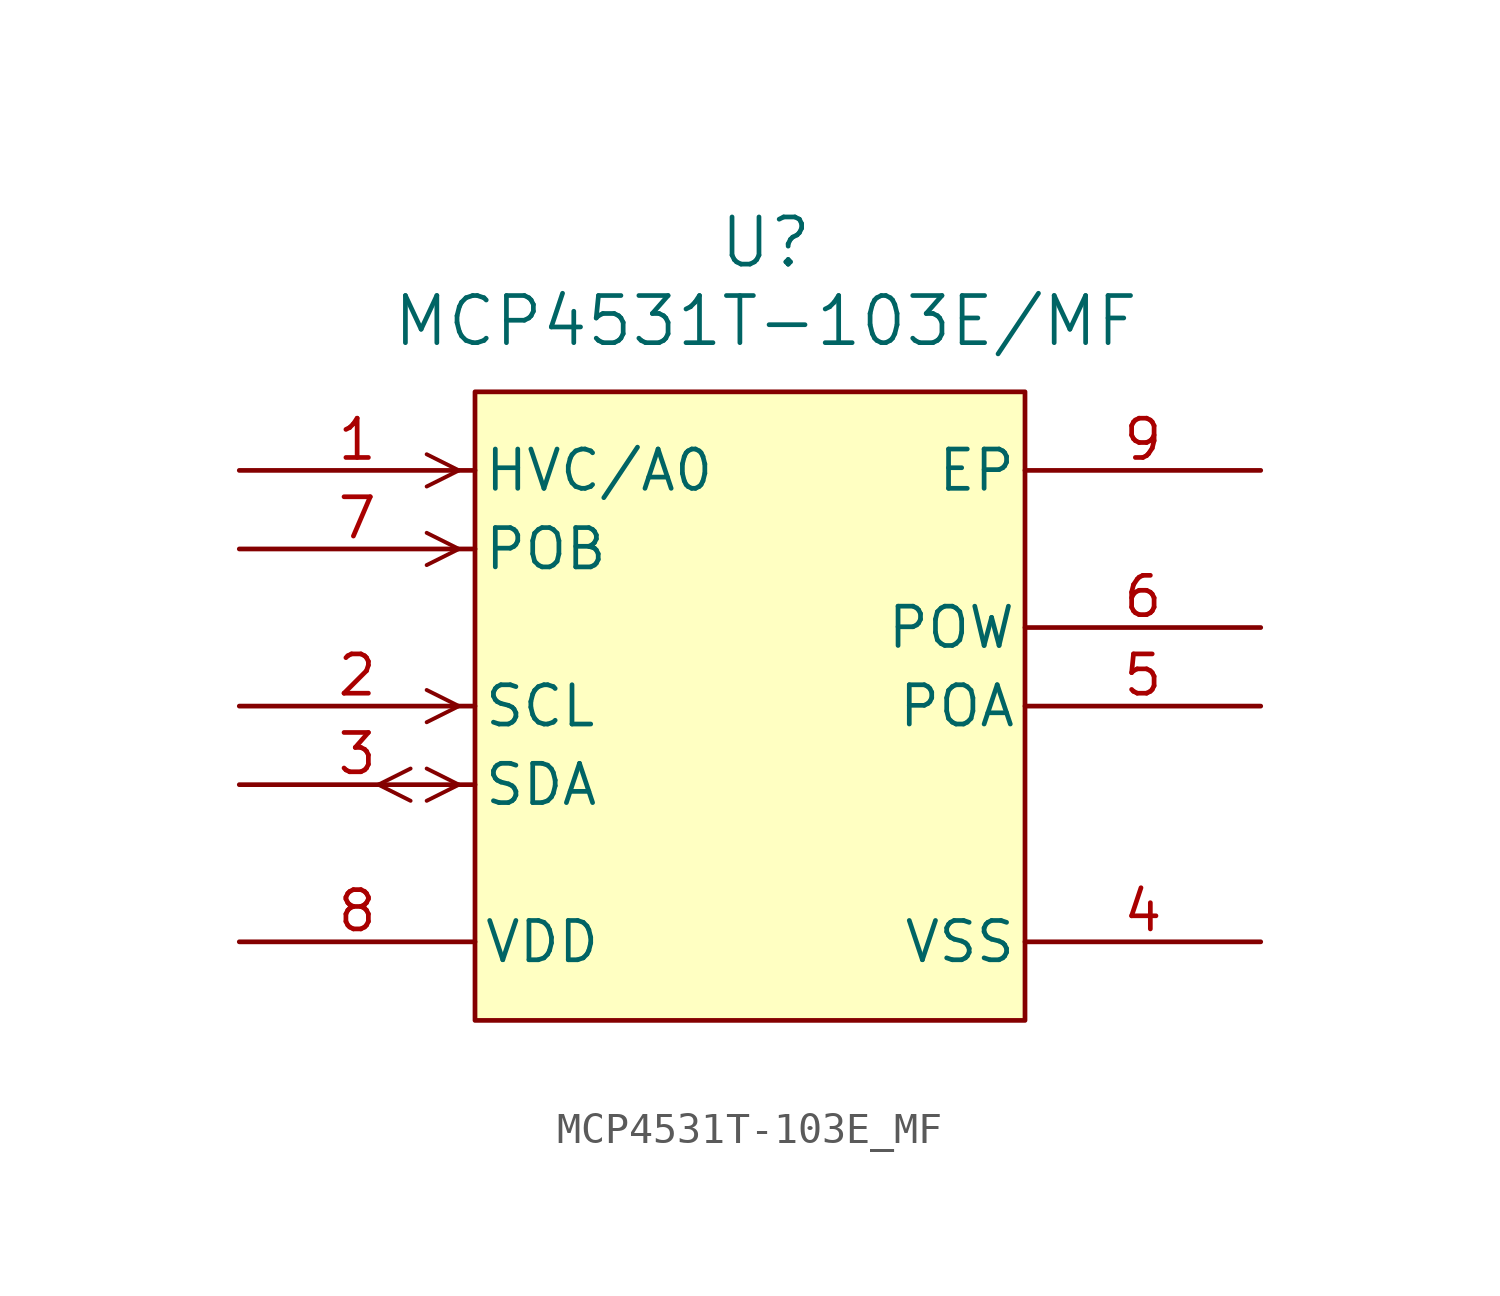
<source format=kicad_sym>
(kicad_symbol_lib
  (version 20231120)
  (generator "kicad_symbol_editor")
  (generator_version "8.0")
  (symbol "MCP4531T-103E_MF"
    (pin_names
      (offset 0.254))
    (property "Reference" "U"
      (at 17.018 7.366 0)
      (effects (font (size 1.524 1.524))))
    (property "Value" "MCP4531T-103E/MF"
      (at 17.018 4.826 0)
      (effects (font (size 1.524 1.524))))
    (property "ki_locked" ""
      (at 0 0 0)
      (effects (font (size 1.27 1.27))))
    (symbol "MCP4531T-103E_MF_0_1"
      (polyline (pts (xy 5.537 -10.681) (xy 4.496 -10.16)) (stroke (width 0.127) (type default)) (fill (type none)))
      (polyline (pts (xy 5.537 -9.639) (xy 4.496 -10.16)) (stroke (width 0.127) (type default)) (fill (type none)))
      (polyline (pts (xy 7.099 -10.16) (xy 6.058 -10.681)) (stroke (width 0.127) (type default)) (fill (type none)))
      (polyline (pts (xy 7.099 -10.16) (xy 6.058 -9.639)) (stroke (width 0.127) (type default)) (fill (type none)))
      (polyline (pts (xy 7.099 -7.62) (xy 6.058 -8.141)) (stroke (width 0.127) (type default)) (fill (type none)))
      (polyline (pts (xy 7.099 -7.62) (xy 6.058 -7.099)) (stroke (width 0.127) (type default)) (fill (type none)))
      (polyline (pts (xy 7.099 -2.54) (xy 6.058 -3.061)) (stroke (width 0.127) (type default)) (fill (type none)))
      (polyline (pts (xy 7.099 -2.54) (xy 6.058 -2.019)) (stroke (width 0.127) (type default)) (fill (type none)))
      (polyline (pts (xy 7.099 0) (xy 6.058 -0.521)) (stroke (width 0.127) (type default)) (fill (type none)))
      (polyline (pts (xy 7.099 0) (xy 6.058 0.521)) (stroke (width 0.127) (type default)) (fill (type none)))
      (pin input line (at 0 0 0) (length 7.62) (name "HVC/A0" (effects (font (size 1.27 1.27)))) (number "1" (effects (font (size 1.27 1.27)))))
      (pin input line (at 0 -7.62 0) (length 7.62) (name "SCL" (effects (font (size 1.27 1.27)))) (number "2" (effects (font (size 1.27 1.27)))))
      (pin bidirectional line (at 0 -10.16 0) (length 7.62) (name "SDA" (effects (font (size 1.27 1.27)))) (number "3" (effects (font (size 1.27 1.27)))))
      (pin power_in line (at 33.02 -15.24 180) (length 7.62) (name "VSS" (effects (font (size 1.27 1.27)))) (number "4" (effects (font (size 1.27 1.27)))))
      (pin unspecified line (at 33.02 -7.62 180) (length 7.62) (name "POA" (effects (font (size 1.27 1.27)))) (number "5" (effects (font (size 1.27 1.27)))))
      (pin unspecified line (at 33.02 -5.08 180) (length 7.62) (name "POW" (effects (font (size 1.27 1.27)))) (number "6" (effects (font (size 1.27 1.27)))))
      (pin input line (at 0 -2.54 0) (length 7.62) (name "POB" (effects (font (size 1.27 1.27)))) (number "7" (effects (font (size 1.27 1.27)))))
      (pin power_in line (at 0 -15.24 0) (length 7.62) (name "VDD" (effects (font (size 1.27 1.27)))) (number "8" (effects (font (size 1.27 1.27)))))
      (pin unspecified line (at 33.02 0 180) (length 7.62) (name "EP" (effects (font (size 1.27 1.27)))) (number "9" (effects (font (size 1.27 1.27))))))
    (symbol "MCP4531T-103E_MF_1_1"
      (polyline (pts (xy 25.4 -17.78) (xy 7.62 -17.78) (xy 7.62 2.54) (xy 25.4 2.54) (xy 25.4 -17.78)) (stroke (width 0) (type default)) (fill (type background))))))
</source>
